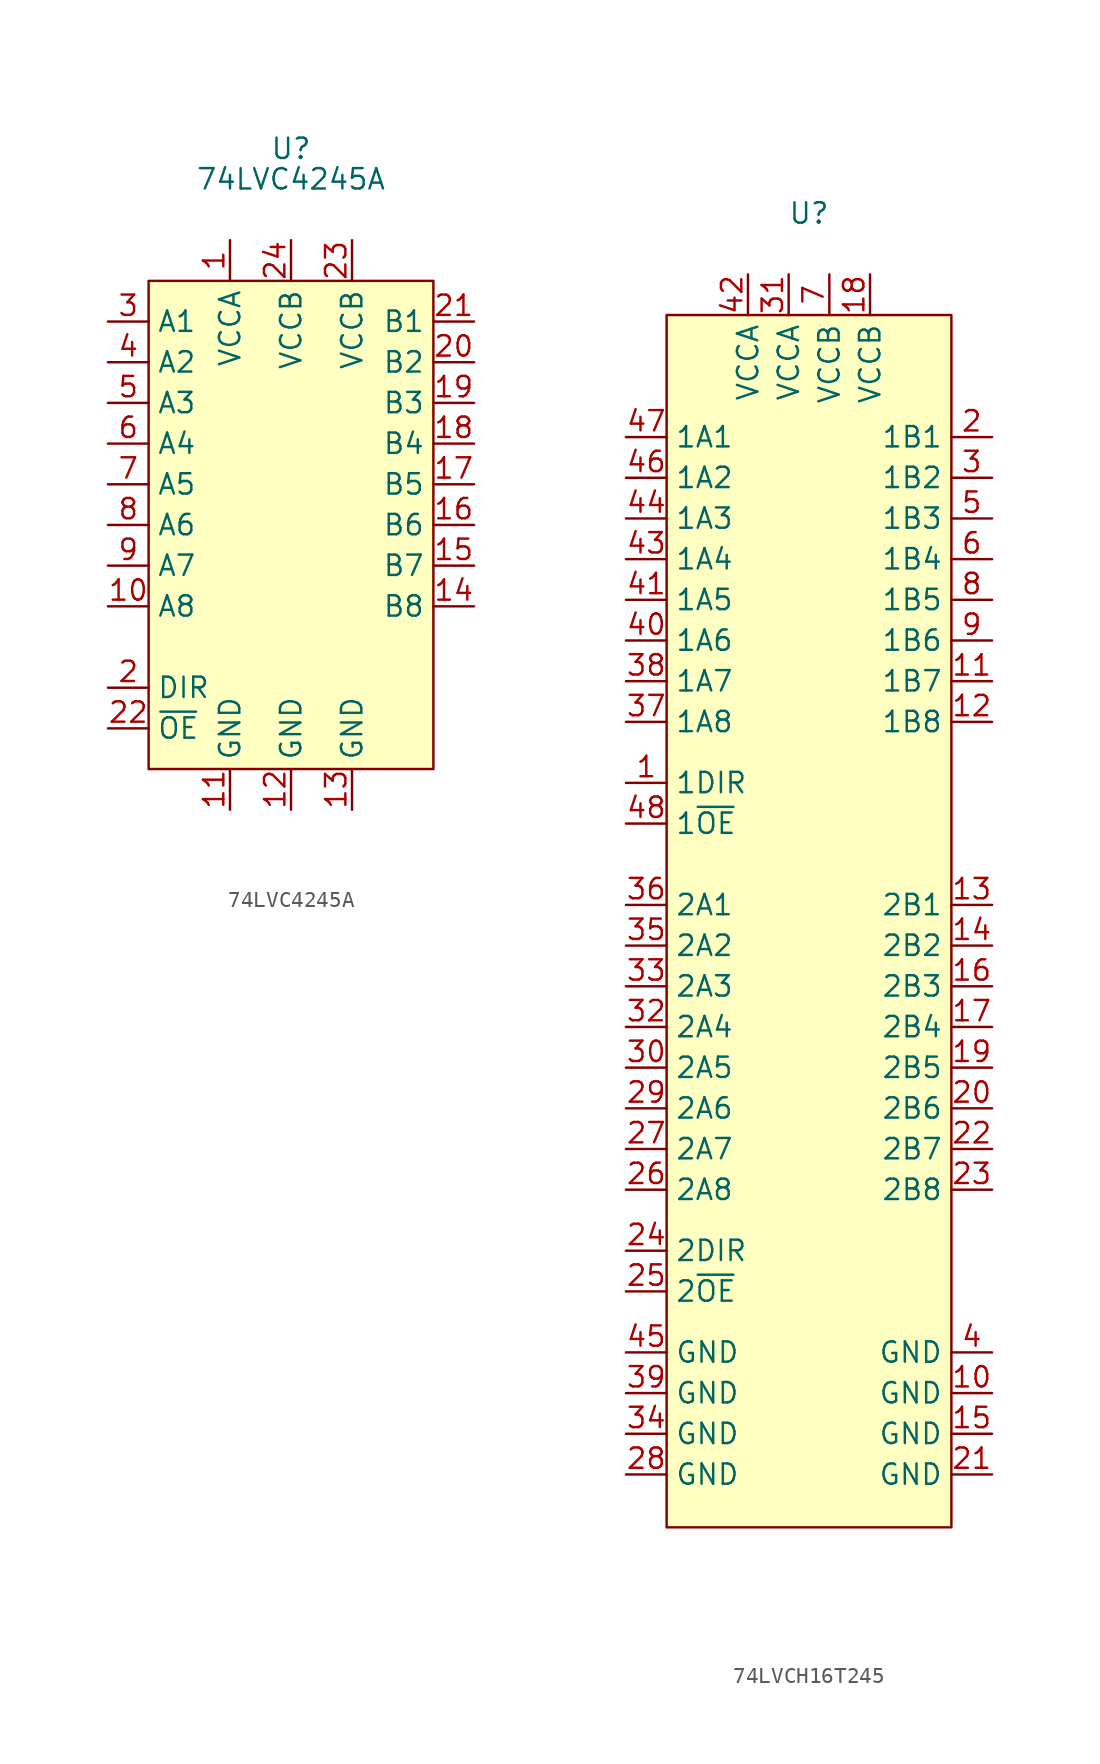
<source format=kicad_sym>
(kicad_symbol_lib
  (version 20231120)
  (generator "kicad_symbol_editor")
  (generator_version "8.0")
  (symbol "74LVC4245A"
    (property "Reference" "U"
      (at 0 23.495 0)
      (effects (font (size 1.27 1.27))))
    (property "Value" "74LVC4245A"
      (at 0 21.59 0)
      (effects (font (size 1.27 1.27))))
    (symbol "74LVC4245A_1_1"
      (rectangle (start -8.89 15.24) (end 8.89 -15.24) (stroke (width 0) (type default)) (fill (type background)))
      (pin power_in line (at -3.81 17.78 270) (length 2.54) (name "VCCA" (effects (font (size 1.27 1.27)))) (number "1" (effects (font (size 1.27 1.27)))))
      (pin bidirectional line (at -11.43 -5.08 0) (length 2.54) (name "A8" (effects (font (size 1.27 1.27)))) (number "10" (effects (font (size 1.27 1.27)))))
      (pin power_in line (at -3.81 -17.78 90) (length 2.54) (name "GND" (effects (font (size 1.27 1.27)))) (number "11" (effects (font (size 1.27 1.27)))))
      (pin power_in line (at 0 -17.78 90) (length 2.54) (name "GND" (effects (font (size 1.27 1.27)))) (number "12" (effects (font (size 1.27 1.27)))))
      (pin power_in line (at 3.81 -17.78 90) (length 2.54) (name "GND" (effects (font (size 1.27 1.27)))) (number "13" (effects (font (size 1.27 1.27)))))
      (pin bidirectional line (at 11.43 -5.08 180) (length 2.54) (name "B8" (effects (font (size 1.27 1.27)))) (number "14" (effects (font (size 1.27 1.27)))))
      (pin bidirectional line (at 11.43 -2.54 180) (length 2.54) (name "B7" (effects (font (size 1.27 1.27)))) (number "15" (effects (font (size 1.27 1.27)))))
      (pin bidirectional line (at 11.43 0 180) (length 2.54) (name "B6" (effects (font (size 1.27 1.27)))) (number "16" (effects (font (size 1.27 1.27)))))
      (pin bidirectional line (at 11.43 2.54 180) (length 2.54) (name "B5" (effects (font (size 1.27 1.27)))) (number "17" (effects (font (size 1.27 1.27)))))
      (pin bidirectional line (at 11.43 5.08 180) (length 2.54) (name "B4" (effects (font (size 1.27 1.27)))) (number "18" (effects (font (size 1.27 1.27)))))
      (pin bidirectional line (at 11.43 7.62 180) (length 2.54) (name "B3" (effects (font (size 1.27 1.27)))) (number "19" (effects (font (size 1.27 1.27)))))
      (pin input line (at -11.43 -10.16 0) (length 2.54) (name "DIR" (effects (font (size 1.27 1.27)))) (number "2" (effects (font (size 1.27 1.27)))))
      (pin bidirectional line (at 11.43 10.16 180) (length 2.54) (name "B2" (effects (font (size 1.27 1.27)))) (number "20" (effects (font (size 1.27 1.27)))))
      (pin bidirectional line (at 11.43 12.7 180) (length 2.54) (name "B1" (effects (font (size 1.27 1.27)))) (number "21" (effects (font (size 1.27 1.27)))))
      (pin input line (at -11.43 -12.7 0) (length 2.54) (name "~{OE}" (effects (font (size 1.27 1.27)))) (number "22" (effects (font (size 1.27 1.27)))))
      (pin power_in line (at 3.81 17.78 270) (length 2.54) (name "VCCB" (effects (font (size 1.27 1.27)))) (number "23" (effects (font (size 1.27 1.27)))))
      (pin power_in line (at 0 17.78 270) (length 2.54) (name "VCCB" (effects (font (size 1.27 1.27)))) (number "24" (effects (font (size 1.27 1.27)))))
      (pin bidirectional line (at -11.43 12.7 0) (length 2.54) (name "A1" (effects (font (size 1.27 1.27)))) (number "3" (effects (font (size 1.27 1.27)))))
      (pin bidirectional line (at -11.43 10.16 0) (length 2.54) (name "A2" (effects (font (size 1.27 1.27)))) (number "4" (effects (font (size 1.27 1.27)))))
      (pin bidirectional line (at -11.43 7.62 0) (length 2.54) (name "A3" (effects (font (size 1.27 1.27)))) (number "5" (effects (font (size 1.27 1.27)))))
      (pin bidirectional line (at -11.43 5.08 0) (length 2.54) (name "A4" (effects (font (size 1.27 1.27)))) (number "6" (effects (font (size 1.27 1.27)))))
      (pin bidirectional line (at -11.43 2.54 0) (length 2.54) (name "A5" (effects (font (size 1.27 1.27)))) (number "7" (effects (font (size 1.27 1.27)))))
      (pin bidirectional line (at -11.43 0 0) (length 2.54) (name "A6" (effects (font (size 1.27 1.27)))) (number "8" (effects (font (size 1.27 1.27)))))
      (pin bidirectional line (at -11.43 -2.54 0) (length 2.54) (name "A7" (effects (font (size 1.27 1.27)))) (number "9" (effects (font (size 1.27 1.27)))))))
  (symbol "74LVCH16T245"
    (property "Reference" "U"
      (at 0 0 0)
      (effects (font (size 1.27 1.27))))
    (property "Value" ""
      (at 0 0 0)
      (effects (font (size 1.27 1.27))))
    (symbol "74LVCH16T245_1_1"
      (rectangle (start -8.89 -6.35) (end 8.89 -82.042) (stroke (width 0) (type default)) (fill (type background)))
      (pin input line (at -11.43 -35.56 0) (length 2.54) (name "1DIR" (effects (font (size 1.27 1.27)))) (number "1" (effects (font (size 1.27 1.27)))))
      (pin power_in line (at 11.43 -73.66 180) (length 2.54) (name "GND" (effects (font (size 1.27 1.27)))) (number "10" (effects (font (size 1.27 1.27)))))
      (pin bidirectional line (at 11.43 -29.21 180) (length 2.54) (name "1B7" (effects (font (size 1.27 1.27)))) (number "11" (effects (font (size 1.27 1.27)))))
      (pin bidirectional line (at 11.43 -31.75 180) (length 2.54) (name "1B8" (effects (font (size 1.27 1.27)))) (number "12" (effects (font (size 1.27 1.27)))))
      (pin bidirectional line (at 11.43 -43.18 180) (length 2.54) (name "2B1" (effects (font (size 1.27 1.27)))) (number "13" (effects (font (size 1.27 1.27)))))
      (pin bidirectional line (at 11.43 -45.72 180) (length 2.54) (name "2B2" (effects (font (size 1.27 1.27)))) (number "14" (effects (font (size 1.27 1.27)))))
      (pin power_in line (at 11.43 -76.2 180) (length 2.54) (name "GND" (effects (font (size 1.27 1.27)))) (number "15" (effects (font (size 1.27 1.27)))))
      (pin bidirectional line (at 11.43 -48.26 180) (length 2.54) (name "2B3" (effects (font (size 1.27 1.27)))) (number "16" (effects (font (size 1.27 1.27)))))
      (pin bidirectional line (at 11.43 -50.8 180) (length 2.54) (name "2B4" (effects (font (size 1.27 1.27)))) (number "17" (effects (font (size 1.27 1.27)))))
      (pin power_in line (at 3.81 -3.81 270) (length 2.54) (name "VCCB" (effects (font (size 1.27 1.27)))) (number "18" (effects (font (size 1.27 1.27)))))
      (pin bidirectional line (at 11.43 -53.34 180) (length 2.54) (name "2B5" (effects (font (size 1.27 1.27)))) (number "19" (effects (font (size 1.27 1.27)))))
      (pin bidirectional line (at 11.43 -13.97 180) (length 2.54) (name "1B1" (effects (font (size 1.27 1.27)))) (number "2" (effects (font (size 1.27 1.27)))))
      (pin bidirectional line (at 11.43 -55.88 180) (length 2.54) (name "2B6" (effects (font (size 1.27 1.27)))) (number "20" (effects (font (size 1.27 1.27)))))
      (pin power_in line (at 11.43 -78.74 180) (length 2.54) (name "GND" (effects (font (size 1.27 1.27)))) (number "21" (effects (font (size 1.27 1.27)))))
      (pin bidirectional line (at 11.43 -58.42 180) (length 2.54) (name "2B7" (effects (font (size 1.27 1.27)))) (number "22" (effects (font (size 1.27 1.27)))))
      (pin bidirectional line (at 11.43 -60.96 180) (length 2.54) (name "2B8" (effects (font (size 1.27 1.27)))) (number "23" (effects (font (size 1.27 1.27)))))
      (pin input line (at -11.43 -64.77 0) (length 2.54) (name "2DIR" (effects (font (size 1.27 1.27)))) (number "24" (effects (font (size 1.27 1.27)))))
      (pin input line (at -11.43 -67.31 0) (length 2.54) (name "2~{OE}" (effects (font (size 1.27 1.27)))) (number "25" (effects (font (size 1.27 1.27)))))
      (pin bidirectional line (at -11.43 -60.96 0) (length 2.54) (name "2A8" (effects (font (size 1.27 1.27)))) (number "26" (effects (font (size 1.27 1.27)))))
      (pin bidirectional line (at -11.43 -58.42 0) (length 2.54) (name "2A7" (effects (font (size 1.27 1.27)))) (number "27" (effects (font (size 1.27 1.27)))))
      (pin power_in line (at -11.43 -78.74 0) (length 2.54) (name "GND" (effects (font (size 1.27 1.27)))) (number "28" (effects (font (size 1.27 1.27)))))
      (pin bidirectional line (at -11.43 -55.88 0) (length 2.54) (name "2A6" (effects (font (size 1.27 1.27)))) (number "29" (effects (font (size 1.27 1.27)))))
      (pin bidirectional line (at 11.43 -16.51 180) (length 2.54) (name "1B2" (effects (font (size 1.27 1.27)))) (number "3" (effects (font (size 1.27 1.27)))))
      (pin bidirectional line (at -11.43 -53.34 0) (length 2.54) (name "2A5" (effects (font (size 1.27 1.27)))) (number "30" (effects (font (size 1.27 1.27)))))
      (pin power_in line (at -1.27 -3.81 270) (length 2.54) (name "VCCA" (effects (font (size 1.27 1.27)))) (number "31" (effects (font (size 1.27 1.27)))))
      (pin bidirectional line (at -11.43 -50.8 0) (length 2.54) (name "2A4" (effects (font (size 1.27 1.27)))) (number "32" (effects (font (size 1.27 1.27)))))
      (pin bidirectional line (at -11.43 -48.26 0) (length 2.54) (name "2A3" (effects (font (size 1.27 1.27)))) (number "33" (effects (font (size 1.27 1.27)))))
      (pin power_in line (at -11.43 -76.2 0) (length 2.54) (name "GND" (effects (font (size 1.27 1.27)))) (number "34" (effects (font (size 1.27 1.27)))))
      (pin bidirectional line (at -11.43 -45.72 0) (length 2.54) (name "2A2" (effects (font (size 1.27 1.27)))) (number "35" (effects (font (size 1.27 1.27)))))
      (pin bidirectional line (at -11.43 -43.18 0) (length 2.54) (name "2A1" (effects (font (size 1.27 1.27)))) (number "36" (effects (font (size 1.27 1.27)))))
      (pin bidirectional line (at -11.43 -31.75 0) (length 2.54) (name "1A8" (effects (font (size 1.27 1.27)))) (number "37" (effects (font (size 1.27 1.27)))))
      (pin bidirectional line (at -11.43 -29.21 0) (length 2.54) (name "1A7" (effects (font (size 1.27 1.27)))) (number "38" (effects (font (size 1.27 1.27)))))
      (pin power_in line (at -11.43 -73.66 0) (length 2.54) (name "GND" (effects (font (size 1.27 1.27)))) (number "39" (effects (font (size 1.27 1.27)))))
      (pin power_in line (at 11.43 -71.12 180) (length 2.54) (name "GND" (effects (font (size 1.27 1.27)))) (number "4" (effects (font (size 1.27 1.27)))))
      (pin bidirectional line (at -11.43 -26.67 0) (length 2.54) (name "1A6" (effects (font (size 1.27 1.27)))) (number "40" (effects (font (size 1.27 1.27)))))
      (pin bidirectional line (at -11.43 -24.13 0) (length 2.54) (name "1A5" (effects (font (size 1.27 1.27)))) (number "41" (effects (font (size 1.27 1.27)))))
      (pin power_in line (at -3.81 -3.81 270) (length 2.54) (name "VCCA" (effects (font (size 1.27 1.27)))) (number "42" (effects (font (size 1.27 1.27)))))
      (pin bidirectional line (at -11.43 -21.59 0) (length 2.54) (name "1A4" (effects (font (size 1.27 1.27)))) (number "43" (effects (font (size 1.27 1.27)))))
      (pin bidirectional line (at -11.43 -19.05 0) (length 2.54) (name "1A3" (effects (font (size 1.27 1.27)))) (number "44" (effects (font (size 1.27 1.27)))))
      (pin power_in line (at -11.43 -71.12 0) (length 2.54) (name "GND" (effects (font (size 1.27 1.27)))) (number "45" (effects (font (size 1.27 1.27)))))
      (pin bidirectional line (at -11.43 -16.51 0) (length 2.54) (name "1A2" (effects (font (size 1.27 1.27)))) (number "46" (effects (font (size 1.27 1.27)))))
      (pin bidirectional line (at -11.43 -13.97 0) (length 2.54) (name "1A1" (effects (font (size 1.27 1.27)))) (number "47" (effects (font (size 1.27 1.27)))))
      (pin input line (at -11.43 -38.1 0) (length 2.54) (name "1~{OE}" (effects (font (size 1.27 1.27)))) (number "48" (effects (font (size 1.27 1.27)))))
      (pin bidirectional line (at 11.43 -19.05 180) (length 2.54) (name "1B3" (effects (font (size 1.27 1.27)))) (number "5" (effects (font (size 1.27 1.27)))))
      (pin bidirectional line (at 11.43 -21.59 180) (length 2.54) (name "1B4" (effects (font (size 1.27 1.27)))) (number "6" (effects (font (size 1.27 1.27)))))
      (pin power_in line (at 1.27 -3.81 270) (length 2.54) (name "VCCB" (effects (font (size 1.27 1.27)))) (number "7" (effects (font (size 1.27 1.27)))))
      (pin bidirectional line (at 11.43 -24.13 180) (length 2.54) (name "1B5" (effects (font (size 1.27 1.27)))) (number "8" (effects (font (size 1.27 1.27)))))
      (pin bidirectional line (at 11.43 -26.67 180) (length 2.54) (name "1B6" (effects (font (size 1.27 1.27)))) (number "9" (effects (font (size 1.27 1.27))))))))
</source>
